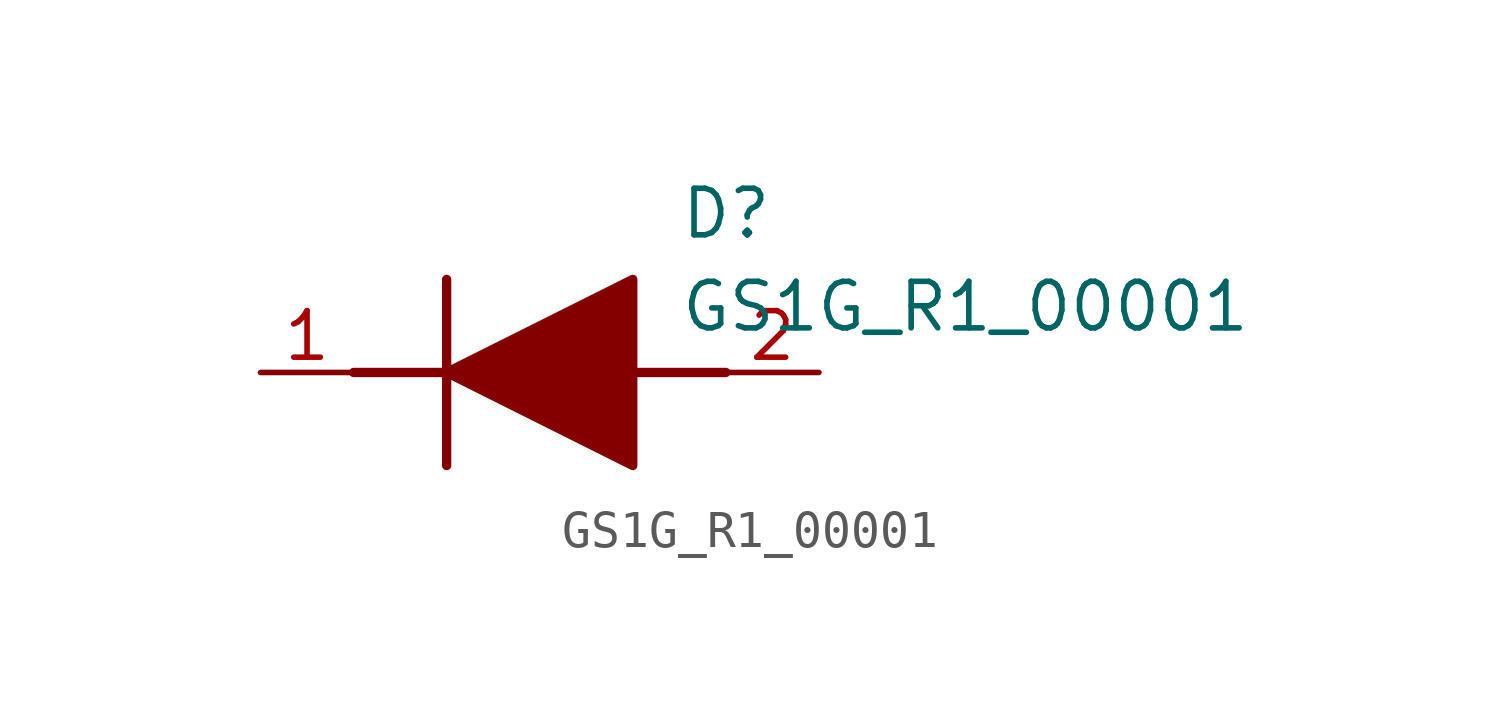
<source format=kicad_sym>
(kicad_symbol_lib
  (version 20211014)
  (generator SamacSys_ECAD_Model)
  (symbol "GS1G_R1_00001"
    (pin_names hide)
    (property "Reference" "D"
      (at 11.43 5.08 0)
      (effects (font (size 1.27 1.27)) (justify left top)))
    (property "Value" "GS1G_R1_00001"
      (at 11.43 2.54 0)
      (effects (font (size 1.27 1.27)) (justify left top)))
    (polyline
      (pts (xy 5.08 2.54) (xy 5.08 -2.54))
      (stroke (width 0.254) (type default))
      (fill (type none)))
    (polyline
      (pts (xy 2.54 0) (xy 5.08 0))
      (stroke (width 0.254) (type default))
      (fill (type none)))
    (polyline
      (pts (xy 10.16 0) (xy 12.7 0))
      (stroke (width 0.254) (type default))
      (fill (type none)))
    (polyline
      (pts (xy 5.08 0) (xy 10.16 2.54) (xy 10.16 -2.54) (xy 5.08 0))
      (stroke (width 0.254) (type default))
      (fill (type outline)))
    (pin passive line
      (at 0 0 0)
      (length 2.54)
      (name "K" (effects (font (size 1.27 1.27))))
      (number "1" (effects (font (size 1.27 1.27)))))
    (pin passive line
      (at 15.24 0 180)
      (length 2.54)
      (name "A" (effects (font (size 1.27 1.27))))
      (number "2" (effects (font (size 1.27 1.27)))))))
</source>
